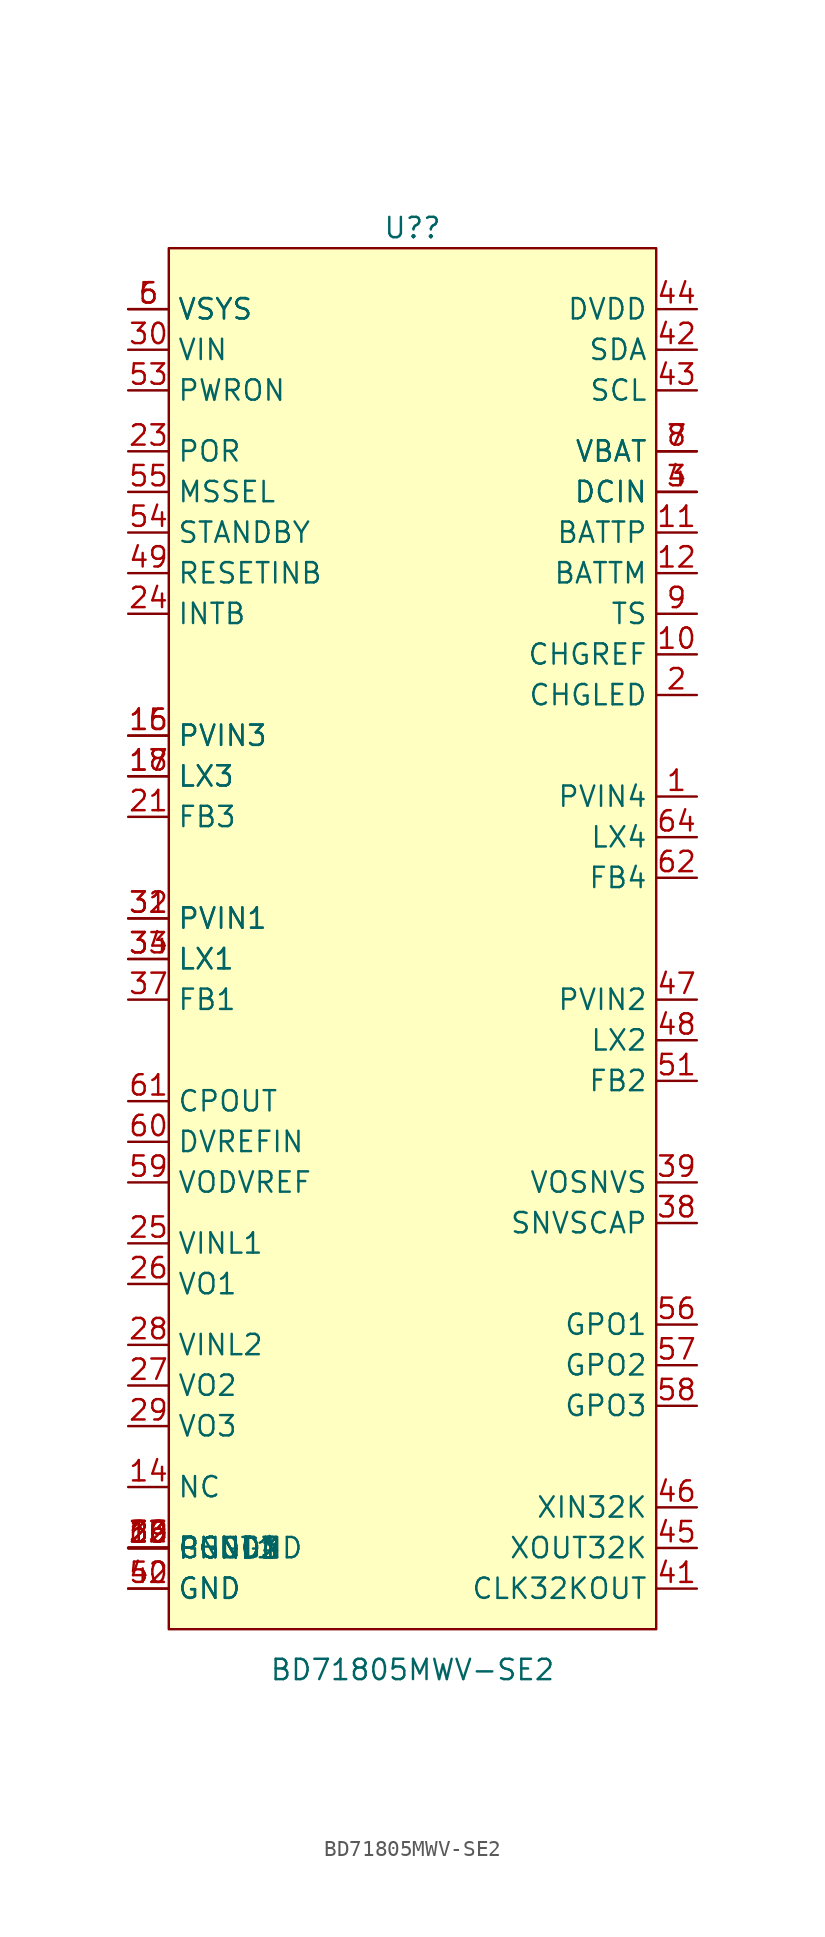
<source format=kicad_sym>
(kicad_symbol_lib
  (version 20211014)
  (generator kicad_symbol_editor)
  (symbol "BD71805MWV-SE2"
    (property "Reference" "U?"
      (at 0 44.45 0)
      (effects (font (size 1.27 1.27))))
    (property "Value" "BD71805MWV-SE2"
      (at 0 -45.72 0)
      (effects (font (size 1.27 1.27))))
    (symbol "BD71805MWV-SE2_0_1"
      (rectangle (start -15.24 43.18) (end 15.24 -43.18) (stroke (width 0) (type default) (color 0 0 0 0)) (fill (type background)))
      (pin unspecified line (at 17.78 8.89 180) (length 2.54) (name "PVIN4" (effects (font (size 1.27 1.27)))) (number "1" (effects (font (size 1.27 1.27)))))
      (pin unspecified line (at 17.78 17.78 180) (length 2.54) (name "CHGREF" (effects (font (size 1.27 1.27)))) (number "10" (effects (font (size 1.27 1.27)))))
      (pin unspecified line (at 17.78 25.4 180) (length 2.54) (name "BATTP" (effects (font (size 1.27 1.27)))) (number "11" (effects (font (size 1.27 1.27)))))
      (pin unspecified line (at 17.78 22.86 180) (length 2.54) (name "BATTM" (effects (font (size 1.27 1.27)))) (number "12" (effects (font (size 1.27 1.27)))))
      (pin unspecified line (at -17.78 -38.1 0) (length 2.54) (name "CHGGND" (effects (font (size 1.27 1.27)))) (number "13" (effects (font (size 1.27 1.27)))))
      (pin unspecified line (at -17.78 -34.29 0) (length 2.54) (name "NC" (effects (font (size 1.27 1.27)))) (number "14" (effects (font (size 1.27 1.27)))))
      (pin unspecified line (at -17.78 12.7 0) (length 2.54) (name "PVIN3" (effects (font (size 1.27 1.27)))) (number "15" (effects (font (size 1.27 1.27)))))
      (pin unspecified line (at -17.78 12.7 0) (length 2.54) (name "PVIN3" (effects (font (size 1.27 1.27)))) (number "16" (effects (font (size 1.27 1.27)))))
      (pin unspecified line (at -17.78 10.16 0) (length 2.54) (name "LX3" (effects (font (size 1.27 1.27)))) (number "17" (effects (font (size 1.27 1.27)))))
      (pin unspecified line (at -17.78 10.16 0) (length 2.54) (name "LX3" (effects (font (size 1.27 1.27)))) (number "18" (effects (font (size 1.27 1.27)))))
      (pin unspecified line (at -17.78 -38.1 0) (length 2.54) (name "PGND3" (effects (font (size 1.27 1.27)))) (number "19" (effects (font (size 1.27 1.27)))))
      (pin unspecified line (at 17.78 15.24 180) (length 2.54) (name "CHGLED" (effects (font (size 1.27 1.27)))) (number "2" (effects (font (size 1.27 1.27)))))
      (pin unspecified line (at -17.78 -38.1 0) (length 2.54) (name "PGND3" (effects (font (size 1.27 1.27)))) (number "20" (effects (font (size 1.27 1.27)))))
      (pin unspecified line (at -17.78 7.62 0) (length 2.54) (name "FB3" (effects (font (size 1.27 1.27)))) (number "21" (effects (font (size 1.27 1.27)))))
      (pin unspecified line (at -17.78 -38.1 0) (length 2.54) (name "GNDT1" (effects (font (size 1.27 1.27)))) (number "22" (effects (font (size 1.27 1.27)))))
      (pin unspecified line (at -17.78 30.48 0) (length 2.54) (name "POR" (effects (font (size 1.27 1.27)))) (number "23" (effects (font (size 1.27 1.27)))))
      (pin unspecified line (at -17.78 20.32 0) (length 2.54) (name "INTB" (effects (font (size 1.27 1.27)))) (number "24" (effects (font (size 1.27 1.27)))))
      (pin unspecified line (at -17.78 -19.05 0) (length 2.54) (name "VINL1" (effects (font (size 1.27 1.27)))) (number "25" (effects (font (size 1.27 1.27)))))
      (pin unspecified line (at -17.78 -21.59 0) (length 2.54) (name "VO1" (effects (font (size 1.27 1.27)))) (number "26" (effects (font (size 1.27 1.27)))))
      (pin unspecified line (at -17.78 -27.94 0) (length 2.54) (name "VO2" (effects (font (size 1.27 1.27)))) (number "27" (effects (font (size 1.27 1.27)))))
      (pin unspecified line (at -17.78 -25.4 0) (length 2.54) (name "VINL2" (effects (font (size 1.27 1.27)))) (number "28" (effects (font (size 1.27 1.27)))))
      (pin unspecified line (at -17.78 -30.48 0) (length 2.54) (name "VO3" (effects (font (size 1.27 1.27)))) (number "29" (effects (font (size 1.27 1.27)))))
      (pin unspecified line (at 17.78 27.94 180) (length 2.54) (name "DCIN" (effects (font (size 1.27 1.27)))) (number "3" (effects (font (size 1.27 1.27)))))
      (pin unspecified line (at -17.78 36.83 0) (length 2.54) (name "VIN" (effects (font (size 1.27 1.27)))) (number "30" (effects (font (size 1.27 1.27)))))
      (pin unspecified line (at -17.78 1.27 0) (length 2.54) (name "PVIN1" (effects (font (size 1.27 1.27)))) (number "31" (effects (font (size 1.27 1.27)))))
      (pin unspecified line (at -17.78 1.27 0) (length 2.54) (name "PVIN1" (effects (font (size 1.27 1.27)))) (number "32" (effects (font (size 1.27 1.27)))))
      (pin unspecified line (at -17.78 -1.27 0) (length 2.54) (name "LX1" (effects (font (size 1.27 1.27)))) (number "33" (effects (font (size 1.27 1.27)))))
      (pin unspecified line (at -17.78 -1.27 0) (length 2.54) (name "LX1" (effects (font (size 1.27 1.27)))) (number "34" (effects (font (size 1.27 1.27)))))
      (pin unspecified line (at -17.78 -38.1 0) (length 2.54) (name "PGND1" (effects (font (size 1.27 1.27)))) (number "35" (effects (font (size 1.27 1.27)))))
      (pin unspecified line (at -17.78 -38.1 0) (length 2.54) (name "PGND1" (effects (font (size 1.27 1.27)))) (number "36" (effects (font (size 1.27 1.27)))))
      (pin unspecified line (at -17.78 -3.81 0) (length 2.54) (name "FB1" (effects (font (size 1.27 1.27)))) (number "37" (effects (font (size 1.27 1.27)))))
      (pin unspecified line (at 17.78 -17.78 180) (length 2.54) (name "SNVSCAP" (effects (font (size 1.27 1.27)))) (number "38" (effects (font (size 1.27 1.27)))))
      (pin unspecified line (at 17.78 -15.24 180) (length 2.54) (name "VOSNVS" (effects (font (size 1.27 1.27)))) (number "39" (effects (font (size 1.27 1.27)))))
      (pin unspecified line (at 17.78 27.94 180) (length 2.54) (name "DCIN" (effects (font (size 1.27 1.27)))) (number "4" (effects (font (size 1.27 1.27)))))
      (pin unspecified line (at -17.78 -40.64 0) (length 2.54) (name "GND" (effects (font (size 1.27 1.27)))) (number "40" (effects (font (size 1.27 1.27)))))
      (pin unspecified line (at 17.78 -40.64 180) (length 2.54) (name "CLK32KOUT" (effects (font (size 1.27 1.27)))) (number "41" (effects (font (size 1.27 1.27)))))
      (pin unspecified line (at 17.78 36.83 180) (length 2.54) (name "SDA" (effects (font (size 1.27 1.27)))) (number "42" (effects (font (size 1.27 1.27)))))
      (pin unspecified line (at 17.78 34.29 180) (length 2.54) (name "SCL" (effects (font (size 1.27 1.27)))) (number "43" (effects (font (size 1.27 1.27)))))
      (pin unspecified line (at 17.78 39.37 180) (length 2.54) (name "DVDD" (effects (font (size 1.27 1.27)))) (number "44" (effects (font (size 1.27 1.27)))))
      (pin unspecified line (at 17.78 -38.1 180) (length 2.54) (name "XOUT32K" (effects (font (size 1.27 1.27)))) (number "45" (effects (font (size 1.27 1.27)))))
      (pin unspecified line (at 17.78 -35.56 180) (length 2.54) (name "XIN32K" (effects (font (size 1.27 1.27)))) (number "46" (effects (font (size 1.27 1.27)))))
      (pin unspecified line (at 17.78 -3.81 180) (length 2.54) (name "PVIN2" (effects (font (size 1.27 1.27)))) (number "47" (effects (font (size 1.27 1.27)))))
      (pin unspecified line (at 17.78 -6.35 180) (length 2.54) (name "LX2" (effects (font (size 1.27 1.27)))) (number "48" (effects (font (size 1.27 1.27)))))
      (pin unspecified line (at -17.78 22.86 0) (length 2.54) (name "RESETINB" (effects (font (size 1.27 1.27)))) (number "49" (effects (font (size 1.27 1.27)))))
      (pin unspecified line (at -17.78 39.37 0) (length 2.54) (name "VSYS" (effects (font (size 1.27 1.27)))) (number "5" (effects (font (size 1.27 1.27)))))
      (pin unspecified line (at -17.78 -38.1 0) (length 2.54) (name "PGND2" (effects (font (size 1.27 1.27)))) (number "50" (effects (font (size 1.27 1.27)))))
      (pin unspecified line (at 17.78 -8.89 180) (length 2.54) (name "FB2" (effects (font (size 1.27 1.27)))) (number "51" (effects (font (size 1.27 1.27)))))
      (pin unspecified line (at -17.78 -40.64 0) (length 2.54) (name "GND" (effects (font (size 1.27 1.27)))) (number "52" (effects (font (size 1.27 1.27)))))
      (pin unspecified line (at -17.78 34.29 0) (length 2.54) (name "PWRON" (effects (font (size 1.27 1.27)))) (number "53" (effects (font (size 1.27 1.27)))))
      (pin unspecified line (at -17.78 25.4 0) (length 2.54) (name "STANDBY" (effects (font (size 1.27 1.27)))) (number "54" (effects (font (size 1.27 1.27)))))
      (pin unspecified line (at -17.78 27.94 0) (length 2.54) (name "MSSEL" (effects (font (size 1.27 1.27)))) (number "55" (effects (font (size 1.27 1.27)))))
      (pin unspecified line (at 17.78 -24.13 180) (length 2.54) (name "GPO1" (effects (font (size 1.27 1.27)))) (number "56" (effects (font (size 1.27 1.27)))))
      (pin unspecified line (at 17.78 -26.67 180) (length 2.54) (name "GPO2" (effects (font (size 1.27 1.27)))) (number "57" (effects (font (size 1.27 1.27)))))
      (pin unspecified line (at 17.78 -29.21 180) (length 2.54) (name "GPO3" (effects (font (size 1.27 1.27)))) (number "58" (effects (font (size 1.27 1.27)))))
      (pin unspecified line (at -17.78 -15.24 0) (length 2.54) (name "VODVREF" (effects (font (size 1.27 1.27)))) (number "59" (effects (font (size 1.27 1.27)))))
      (pin unspecified line (at -17.78 39.37 0) (length 2.54) (name "VSYS" (effects (font (size 1.27 1.27)))) (number "6" (effects (font (size 1.27 1.27)))))
      (pin unspecified line (at -17.78 -12.7 0) (length 2.54) (name "DVREFIN" (effects (font (size 1.27 1.27)))) (number "60" (effects (font (size 1.27 1.27)))))
      (pin unspecified line (at -17.78 -10.16 0) (length 2.54) (name "CPOUT" (effects (font (size 1.27 1.27)))) (number "61" (effects (font (size 1.27 1.27)))))
      (pin unspecified line (at 17.78 3.81 180) (length 2.54) (name "FB4" (effects (font (size 1.27 1.27)))) (number "62" (effects (font (size 1.27 1.27)))))
      (pin unspecified line (at -17.78 -38.1 0) (length 2.54) (name "PGND4" (effects (font (size 1.27 1.27)))) (number "63" (effects (font (size 1.27 1.27)))))
      (pin unspecified line (at 17.78 6.35 180) (length 2.54) (name "LX4" (effects (font (size 1.27 1.27)))) (number "64" (effects (font (size 1.27 1.27)))))
      (pin unspecified line (at 17.78 30.48 180) (length 2.54) (name "VBAT" (effects (font (size 1.27 1.27)))) (number "7" (effects (font (size 1.27 1.27)))))
      (pin unspecified line (at 17.78 30.48 180) (length 2.54) (name "VBAT" (effects (font (size 1.27 1.27)))) (number "8" (effects (font (size 1.27 1.27)))))
      (pin unspecified line (at 17.78 20.32 180) (length 2.54) (name "TS" (effects (font (size 1.27 1.27)))) (number "9" (effects (font (size 1.27 1.27))))))))
</source>
